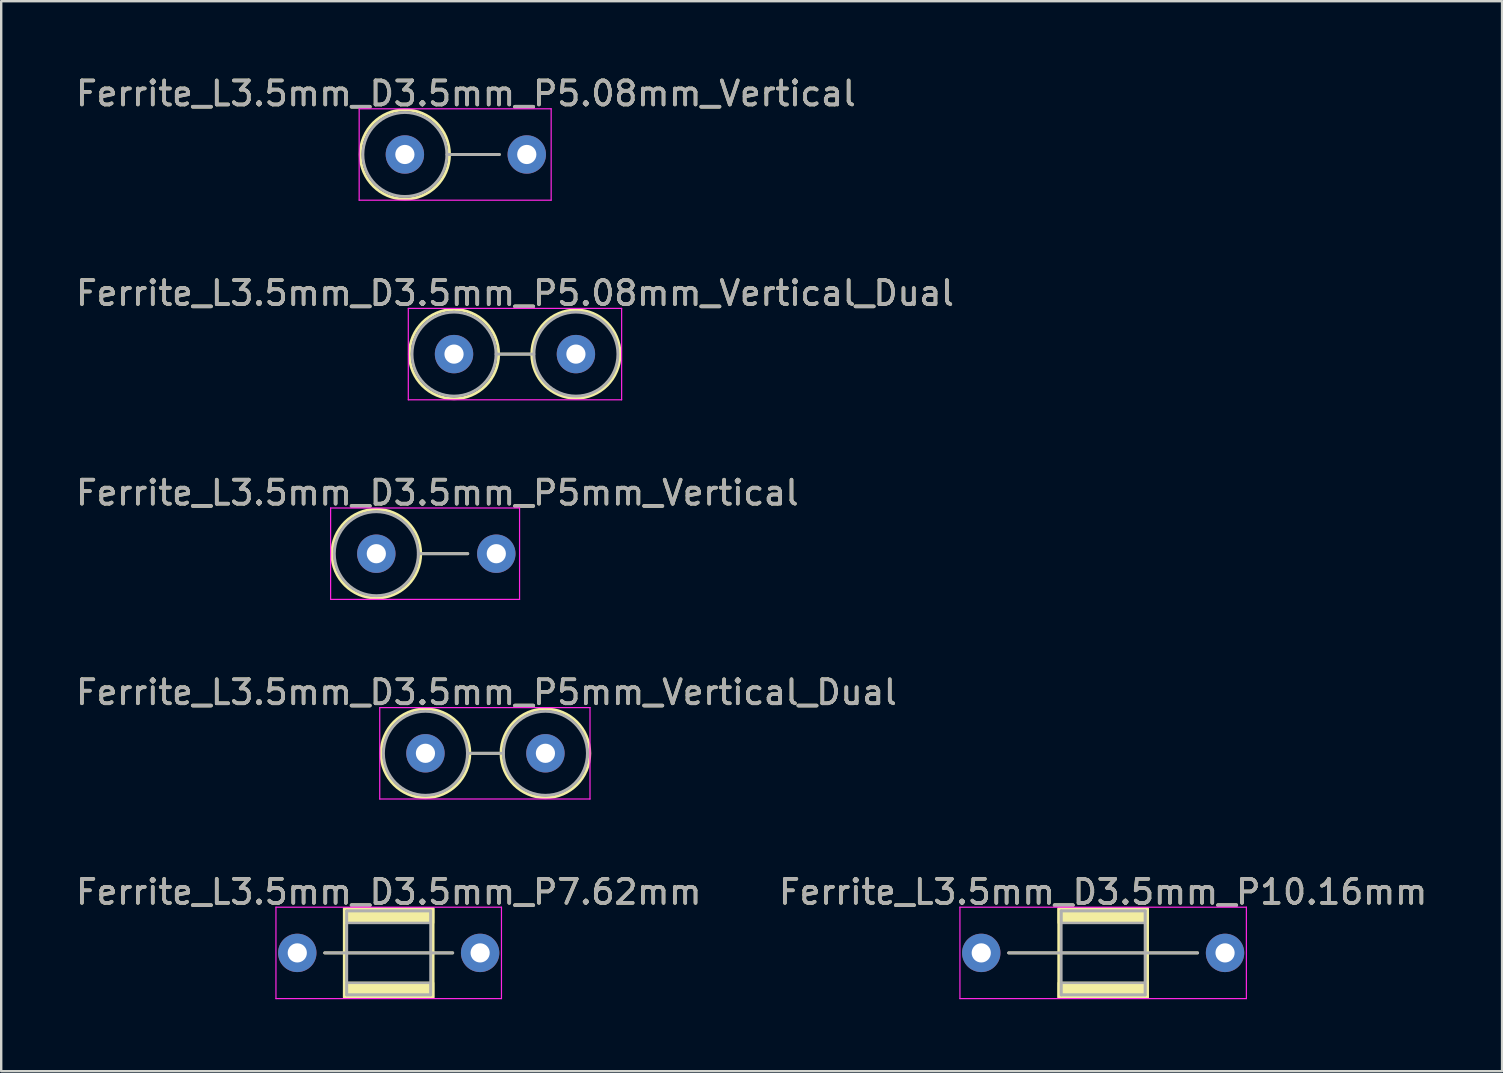
<source format=kicad_pcb>
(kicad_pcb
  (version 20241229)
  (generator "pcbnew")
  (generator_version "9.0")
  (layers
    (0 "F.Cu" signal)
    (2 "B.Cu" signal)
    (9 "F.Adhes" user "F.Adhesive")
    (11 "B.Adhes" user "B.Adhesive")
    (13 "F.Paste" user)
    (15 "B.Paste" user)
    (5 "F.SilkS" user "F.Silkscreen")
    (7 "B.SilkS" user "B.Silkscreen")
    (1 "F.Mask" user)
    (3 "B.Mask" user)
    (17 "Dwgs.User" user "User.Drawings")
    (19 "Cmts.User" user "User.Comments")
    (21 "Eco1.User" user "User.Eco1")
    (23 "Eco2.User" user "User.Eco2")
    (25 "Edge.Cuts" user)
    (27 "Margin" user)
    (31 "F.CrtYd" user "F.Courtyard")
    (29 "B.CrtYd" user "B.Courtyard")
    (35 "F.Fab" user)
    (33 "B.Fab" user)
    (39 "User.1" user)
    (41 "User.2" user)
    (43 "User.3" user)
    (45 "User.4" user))
  (footprint "Ferrite_L3.5mm_D3.5mm_P10.16mm"
    (layer "F.Cu")
    (at 37.843 36.661)
    (property "Reference" "Ferrite_L3.5mm_D3.5mm_P10.16mm" (at 5.08 -2.54 0) (layer "F.SilkS") (effects (font (size 1 1) (thickness 0.15))))
    (fp_line (start 9.017 0) (end 1.143 0) (stroke (width 0.12) (type solid)) (layer "F.SilkS"))
    (fp_rect (start 3.23 -1.85) (end 6.93 1.85) (stroke (width 0.12) (type solid)) (fill no) (layer "F.SilkS"))
    (fp_poly (pts (xy 6.93 -1.25) (xy 3.23 -1.25) (xy 3.23 -1.85) (xy 6.93 -1.85)) (stroke (width 0.1) (type solid)) (fill yes) (layer "F.SilkS"))
    (fp_poly (pts (xy 6.93 1.85) (xy 3.23 1.85) (xy 3.23 1.25) (xy 6.93 1.25)) (stroke (width 0.1) (type solid)) (fill yes) (layer "F.SilkS"))
    (fp_line (start -0.889 -1.905) (end 11.049 -1.905) (stroke (width 0.05) (type solid)) (layer "F.CrtYd"))
    (fp_line (start -0.889 1.905) (end -0.889 -1.905) (stroke (width 0.05) (type solid)) (layer "F.CrtYd"))
    (fp_line (start 11.049 -1.905) (end 11.049 1.905) (stroke (width 0.05) (type solid)) (layer "F.CrtYd"))
    (fp_line (start 11.049 1.905) (end -0.889 1.905) (stroke (width 0.05) (type solid)) (layer "F.CrtYd"))
    (fp_line (start 3.33 -1.75) (end 3.33 1.75) (stroke (width 0.12) (type solid)) (layer "F.Fab"))
    (fp_line (start 3.33 1.75) (end 6.83 1.75) (stroke (width 0.12) (type solid)) (layer "F.Fab"))
    (fp_line (start 6.83 -1.75) (end 3.33 -1.75) (stroke (width 0.12) (type solid)) (layer "F.Fab"))
    (fp_line (start 6.83 1.75) (end 6.83 -1.75) (stroke (width 0.12) (type solid)) (layer "F.Fab"))
    (fp_line (start 9.017 0) (end 1.143 0) (stroke (width 0.12) (type solid)) (layer "F.Fab"))
    (fp_poly (pts (xy 6.83 -1.25) (xy 3.33 -1.25) (xy 3.33 -1.75) (xy 6.83 -1.75)) (stroke (width 0.1) (type solid)) (fill no) (layer "F.Fab"))
    (fp_poly (pts (xy 6.83 1.75) (xy 3.33 1.75) (xy 3.33 1.25) (xy 6.83 1.25)) (stroke (width 0.1) (type solid)) (fill no) (layer "F.Fab"))
    (fp_text user "${REFERENCE}" (at 5.08 -2.539 0) (layer "F.Fab") (effects (font (size 1 1) (thickness 0.15))))
    (pad "1" thru_hole circle (at 0 0) (size 1.6 1.6) (drill 0.8) (layers "*.Cu" "*.Mask"))
    (pad "2" thru_hole circle (at 10.16 0) (size 1.6 1.6) (drill 0.8) (layers "*.Cu" "*.Mask")))
  (footprint "Ferrite_L3.5mm_D3.5mm_P5mm_Vertical"
    (layer "F.Cu")
    (at 12.633 20.025)
    (property "Reference" "Ferrite_L3.5mm_D3.5mm_P5mm_Vertical" (at 2.54 -2.54 0) (layer "F.SilkS") (effects (font (size 1 1) (thickness 0.15))))
    (fp_line (start 1.85 0) (end 3.81 0) (stroke (width 0.12) (type solid)) (layer "F.SilkS"))
    (fp_circle (center 0 0) (end -1.85 0) (stroke (width 0.12) (type solid)) (fill no) (layer "F.SilkS"))
    (fp_line (start -1.905 -1.905) (end 5.969 -1.905) (stroke (width 0.05) (type solid)) (layer "F.CrtYd"))
    (fp_line (start -1.905 1.905) (end -1.905 -1.905) (stroke (width 0.05) (type solid)) (layer "F.CrtYd"))
    (fp_line (start 5.969 -1.905) (end 5.969 1.905) (stroke (width 0.05) (type solid)) (layer "F.CrtYd"))
    (fp_line (start 5.969 1.905) (end -1.905 1.905) (stroke (width 0.05) (type solid)) (layer "F.CrtYd"))
    (fp_line (start 1.75 0) (end 3.81 0) (stroke (width 0.12) (type solid)) (layer "F.Fab"))
    (fp_circle (center 0 0) (end -1.75 0) (stroke (width 0.12) (type solid)) (fill no) (layer "F.Fab"))
    (fp_text user "${REFERENCE}" (at 2.54 -2.539 0) (layer "F.Fab") (effects (font (size 1 1) (thickness 0.15))))
    (pad "1" thru_hole circle (at 0 0) (size 1.6 1.6) (drill 0.8) (layers "*.Cu" "*.Mask"))
    (pad "2" thru_hole circle (at 5 0) (size 1.6 1.6) (drill 0.8) (layers "*.Cu" "*.Mask")))
  (footprint "Ferrite_L3.5mm_D3.5mm_P7.62mm"
    (layer "F.Cu")
    (at 9.339 36.661)
    (property "Reference" "Ferrite_L3.5mm_D3.5mm_P7.62mm" (at 3.81 -2.54 0) (layer "F.SilkS") (effects (font (size 1 1) (thickness 0.15))))
    (fp_line (start 6.477 0) (end 1.143 0) (stroke (width 0.12) (type solid)) (layer "F.SilkS"))
    (fp_rect (start 1.96 -1.85) (end 5.66 1.85) (stroke (width 0.12) (type solid)) (fill no) (layer "F.SilkS"))
    (fp_poly (pts (xy 5.66 -1.25) (xy 1.96 -1.25) (xy 1.96 -1.85) (xy 5.66 -1.85)) (stroke (width 0.1) (type solid)) (fill yes) (layer "F.SilkS"))
    (fp_poly (pts (xy 5.66 1.85) (xy 1.96 1.85) (xy 1.96 1.25) (xy 5.66 1.25)) (stroke (width 0.1) (type solid)) (fill yes) (layer "F.SilkS"))
    (fp_line (start -0.889 -1.905) (end 8.509 -1.905) (stroke (width 0.05) (type solid)) (layer "F.CrtYd"))
    (fp_line (start -0.889 1.905) (end -0.889 -1.905) (stroke (width 0.05) (type solid)) (layer "F.CrtYd"))
    (fp_line (start 8.509 -1.905) (end 8.509 1.905) (stroke (width 0.05) (type solid)) (layer "F.CrtYd"))
    (fp_line (start 8.509 1.905) (end -0.889 1.905) (stroke (width 0.05) (type solid)) (layer "F.CrtYd"))
    (fp_line (start 2.06 -1.75) (end 2.06 1.75) (stroke (width 0.12) (type solid)) (layer "F.Fab"))
    (fp_line (start 2.06 1.75) (end 5.56 1.75) (stroke (width 0.12) (type solid)) (layer "F.Fab"))
    (fp_line (start 5.56 -1.75) (end 2.06 -1.75) (stroke (width 0.12) (type solid)) (layer "F.Fab"))
    (fp_line (start 5.56 1.75) (end 5.56 -1.75) (stroke (width 0.12) (type solid)) (layer "F.Fab"))
    (fp_line (start 6.477 0) (end 1.143 0) (stroke (width 0.12) (type solid)) (layer "F.Fab"))
    (fp_poly (pts (xy 5.56 -1.25) (xy 2.06 -1.25) (xy 2.06 -1.75) (xy 5.56 -1.75)) (stroke (width 0.1) (type solid)) (fill no) (layer "F.Fab"))
    (fp_poly (pts (xy 5.56 1.75) (xy 2.06 1.75) (xy 2.06 1.25) (xy 5.56 1.25)) (stroke (width 0.1) (type solid)) (fill no) (layer "F.Fab"))
    (fp_text user "${REFERENCE}" (at 3.81 -2.539 0) (layer "F.Fab") (effects (font (size 1 1) (thickness 0.15))))
    (pad "1" thru_hole circle (at 0 0) (size 1.6 1.6) (drill 0.8) (layers "*.Cu" "*.Mask"))
    (pad "2" thru_hole circle (at 7.62 0) (size 1.6 1.6) (drill 0.8) (layers "*.Cu" "*.Mask")))
  (footprint "Ferrite_L3.5mm_D3.5mm_P5.08mm_Vertical_Dual"
    (layer "F.Cu")
    (at 15.871 11.707)
    (property "Reference" "Ferrite_L3.5mm_D3.5mm_P5.08mm_Vertical_Dual" (at 2.54 -2.54 0) (layer "F.SilkS") (effects (font (size 1 1) (thickness 0.15))))
    (fp_line (start 1.86 0) (end 3.24 0) (stroke (width 0.12) (type solid)) (layer "F.SilkS"))
    (fp_circle (center 0 0) (end -1.86 0) (stroke (width 0.12) (type solid)) (fill no) (layer "F.SilkS"))
    (fp_circle (center 5.08 0) (end 3.24 0) (stroke (width 0.12) (type solid)) (fill no) (layer "F.SilkS"))
    (fp_line (start -1.905 -1.905) (end 6.985 -1.905) (stroke (width 0.05) (type solid)) (layer "F.CrtYd"))
    (fp_line (start -1.905 1.905) (end -1.905 -1.905) (stroke (width 0.05) (type solid)) (layer "F.CrtYd"))
    (fp_line (start 6.985 -1.905) (end 6.985 1.905) (stroke (width 0.05) (type solid)) (layer "F.CrtYd"))
    (fp_line (start 6.985 1.905) (end -1.905 1.905) (stroke (width 0.05) (type solid)) (layer "F.CrtYd"))
    (fp_line (start 1.75 0) (end 3.33 0) (stroke (width 0.12) (type solid)) (layer "F.Fab"))
    (fp_circle (center 0 0) (end -1.75 0) (stroke (width 0.12) (type solid)) (fill no) (layer "F.Fab"))
    (fp_circle (center 5.08 0) (end 3.33 0) (stroke (width 0.12) (type solid)) (fill no) (layer "F.Fab"))
    (fp_text user "${REFERENCE}" (at 2.54 -2.539 0) (layer "F.Fab") (effects (font (size 1 1) (thickness 0.15))))
    (pad "1" thru_hole circle (at 0 0) (size 1.6 1.6) (drill 0.8) (layers "*.Cu" "*.Mask"))
    (pad "2" thru_hole circle (at 5.08 0) (size 1.6 1.6) (drill 0.8) (layers "*.Cu" "*.Mask")))
  (footprint "Ferrite_L3.5mm_D3.5mm_P5.08mm_Vertical"
    (layer "F.Cu")
    (at 13.823 3.388)
    (property "Reference" "Ferrite_L3.5mm_D3.5mm_P5.08mm_Vertical" (at 2.54 -2.54 0) (layer "F.SilkS") (effects (font (size 1 1) (thickness 0.15))))
    (fp_line (start 1.86 0) (end 3.937 0) (stroke (width 0.12) (type solid)) (layer "F.SilkS"))
    (fp_circle (center 0 0) (end -1.86 0) (stroke (width 0.12) (type solid)) (fill no) (layer "F.SilkS"))
    (fp_line (start -1.905 -1.905) (end 6.096 -1.905) (stroke (width 0.05) (type solid)) (layer "F.CrtYd"))
    (fp_line (start -1.905 1.905) (end -1.905 -1.905) (stroke (width 0.05) (type solid)) (layer "F.CrtYd"))
    (fp_line (start 6.096 -1.905) (end 6.096 1.905) (stroke (width 0.05) (type solid)) (layer "F.CrtYd"))
    (fp_line (start 6.096 1.905) (end -1.905 1.905) (stroke (width 0.05) (type solid)) (layer "F.CrtYd"))
    (fp_line (start 1.75 0) (end 3.937 0) (stroke (width 0.12) (type solid)) (layer "F.Fab"))
    (fp_circle (center 0 0) (end -1.75 0) (stroke (width 0.12) (type solid)) (fill no) (layer "F.Fab"))
    (fp_text user "${REFERENCE}" (at 2.54 -2.539 0) (layer "F.Fab") (effects (font (size 1 1) (thickness 0.15))))
    (pad "1" thru_hole circle (at 0 0) (size 1.6 1.6) (drill 0.8) (layers "*.Cu" "*.Mask"))
    (pad "2" thru_hole circle (at 5.08 0) (size 1.6 1.6) (drill 0.8) (layers "*.Cu" "*.Mask")))
  (footprint "Ferrite_L3.5mm_D3.5mm_P5mm_Vertical_Dual"
    (layer "F.Cu")
    (at 14.68 28.343)
    (property "Reference" "Ferrite_L3.5mm_D3.5mm_P5mm_Vertical_Dual" (at 2.54 -2.54 0) (layer "F.SilkS") (effects (font (size 1 1) (thickness 0.15))))
    (fp_line (start 1.85 0) (end 3.15 0) (stroke (width 0.12) (type solid)) (layer "F.SilkS"))
    (fp_circle (center 0 0) (end -1.85 0) (stroke (width 0.12) (type solid)) (fill no) (layer "F.SilkS"))
    (fp_circle (center 5 0) (end 3.15 0) (stroke (width 0.12) (type solid)) (fill no) (layer "F.SilkS"))
    (fp_line (start -1.905 -1.905) (end 6.858 -1.905) (stroke (width 0.05) (type solid)) (layer "F.CrtYd"))
    (fp_line (start -1.905 1.905) (end -1.905 -1.905) (stroke (width 0.05) (type solid)) (layer "F.CrtYd"))
    (fp_line (start 6.858 -1.905) (end 6.858 1.905) (stroke (width 0.05) (type solid)) (layer "F.CrtYd"))
    (fp_line (start 6.858 1.905) (end -1.905 1.905) (stroke (width 0.05) (type solid)) (layer "F.CrtYd"))
    (fp_line (start 1.75 0) (end 3.25 0) (stroke (width 0.12) (type solid)) (layer "F.Fab"))
    (fp_circle (center 0 0) (end -1.75 0) (stroke (width 0.12) (type solid)) (fill no) (layer "F.Fab"))
    (fp_circle (center 5 0) (end 3.25 0) (stroke (width 0.12) (type solid)) (fill no) (layer "F.Fab"))
    (fp_text user "${REFERENCE}" (at 2.54 -2.539 0) (layer "F.Fab") (effects (font (size 1 1) (thickness 0.15))))
    (pad "1" thru_hole circle (at 0 0) (size 1.6 1.6) (drill 0.8) (layers "*.Cu" "*.Mask"))
    (pad "2" thru_hole circle (at 5 0) (size 1.6 1.6) (drill 0.8) (layers "*.Cu" "*.Mask")))
  (gr_rect
    (start -3 -3)
    (end 59.548 41.591)
    (stroke (width 0.1) (type default))
    (fill no)
    (layer "Edge.Cuts")))
</source>
